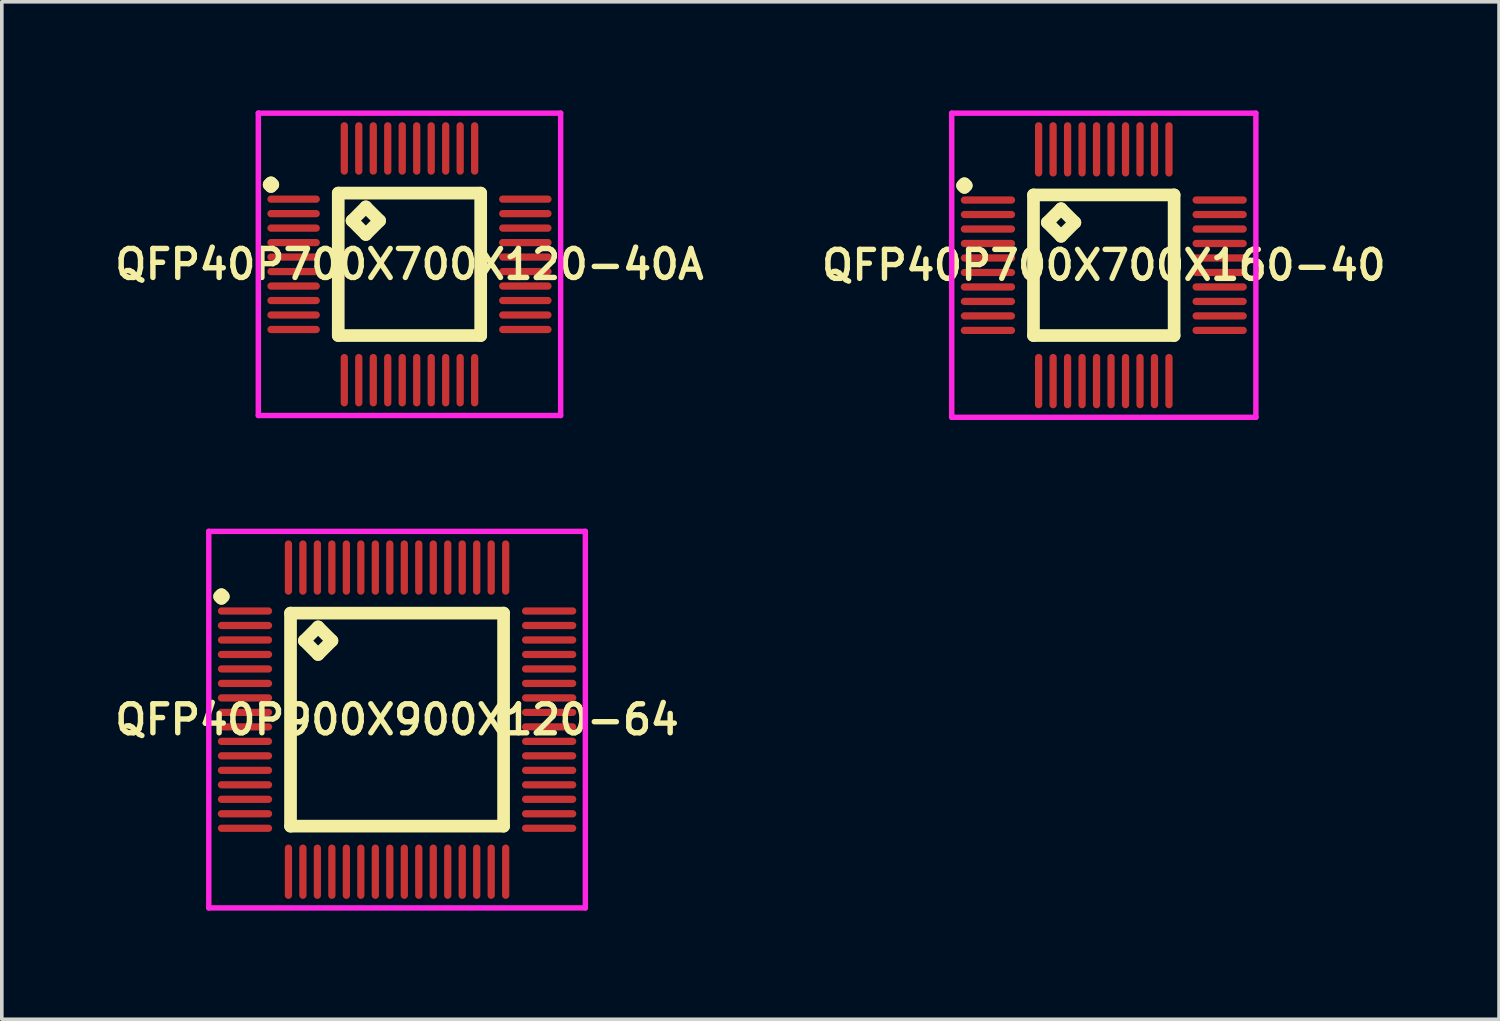
<source format=kicad_pcb>
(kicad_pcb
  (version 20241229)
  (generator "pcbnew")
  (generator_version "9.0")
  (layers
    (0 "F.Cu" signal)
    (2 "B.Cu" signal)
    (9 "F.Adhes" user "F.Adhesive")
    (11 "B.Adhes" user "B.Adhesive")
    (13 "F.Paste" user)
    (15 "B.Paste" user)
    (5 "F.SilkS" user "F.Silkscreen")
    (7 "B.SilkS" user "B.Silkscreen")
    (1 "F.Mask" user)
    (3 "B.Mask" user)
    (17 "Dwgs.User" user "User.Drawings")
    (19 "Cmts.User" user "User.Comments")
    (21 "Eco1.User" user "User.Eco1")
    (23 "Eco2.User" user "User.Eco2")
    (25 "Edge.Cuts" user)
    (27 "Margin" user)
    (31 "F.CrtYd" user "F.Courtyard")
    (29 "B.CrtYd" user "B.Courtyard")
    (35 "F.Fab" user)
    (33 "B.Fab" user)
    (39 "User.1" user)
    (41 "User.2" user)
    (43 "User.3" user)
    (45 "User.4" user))
  (footprint "QFP40P700X700X160-40"
    (layer "F.Cu")
    (at 27.435 4.275)
    (property "Reference" "QFP40P700X700X160-40" (at 0 0 0) (layer "F.SilkS") (effects (font (size 0.8 0.8) (thickness 0.15))))
    (attr smd)
    (fp_line (start -3.9 -2.2) (end -3.85 -2.25) (stroke (width 0.35) (type solid)) (layer "F.SilkS"))
    (fp_line (start -3.85 -2.25) (end -3.8 -2.2) (stroke (width 0.35) (type solid)) (layer "F.SilkS"))
    (fp_line (start -3.85 -2.15) (end -3.9 -2.2) (stroke (width 0.35) (type solid)) (layer "F.SilkS"))
    (fp_line (start -3.8 -2.2) (end -3.85 -2.15) (stroke (width 0.35) (type solid)) (layer "F.SilkS"))
    (fp_line (start -1.942 -1.942) (end -1.942 1.942) (stroke (width 0.35) (type solid)) (layer "F.SilkS"))
    (fp_line (start -1.942 1.942) (end 1.942 1.942) (stroke (width 0.35) (type solid)) (layer "F.SilkS"))
    (fp_line (start -1.561 -1.18) (end -1.18 -1.561) (stroke (width 0.35) (type solid)) (layer "F.SilkS"))
    (fp_line (start -1.18 -1.561) (end -0.799 -1.18) (stroke (width 0.35) (type solid)) (layer "F.SilkS"))
    (fp_line (start -1.18 -0.799) (end -1.561 -1.18) (stroke (width 0.35) (type solid)) (layer "F.SilkS"))
    (fp_line (start -0.799 -1.18) (end -1.18 -0.799) (stroke (width 0.35) (type solid)) (layer "F.SilkS"))
    (fp_line (start 1.942 -1.942) (end -1.942 -1.942) (stroke (width 0.35) (type solid)) (layer "F.SilkS"))
    (fp_line (start 1.942 1.942) (end 1.942 -1.942) (stroke (width 0.35) (type solid)) (layer "F.SilkS"))
    (fp_line (start -4.2 -4.2) (end 4.2 -4.2) (stroke (width 0.15) (type solid)) (layer "F.CrtYd"))
    (fp_line (start -4.2 4.2) (end -4.2 -4.2) (stroke (width 0.15) (type solid)) (layer "F.CrtYd"))
    (fp_line (start 4.2 -4.2) (end 4.2 4.2) (stroke (width 0.15) (type solid)) (layer "F.CrtYd"))
    (fp_line (start 4.2 4.2) (end -4.2 4.2) (stroke (width 0.15) (type solid)) (layer "F.CrtYd"))
    (pad "1" smd oval (at -3.2 -1.8) (size 1.5 0.2) (layers "F.Cu" "F.Mask" "F.Paste"))
    (pad "2" smd oval (at -3.2 -1.4) (size 1.5 0.2) (layers "F.Cu" "F.Mask" "F.Paste"))
    (pad "3" smd oval (at -3.2 -1) (size 1.5 0.2) (layers "F.Cu" "F.Mask" "F.Paste"))
    (pad "4" smd oval (at -3.2 -0.6) (size 1.5 0.2) (layers "F.Cu" "F.Mask" "F.Paste"))
    (pad "5" smd oval (at -3.2 -0.2) (size 1.5 0.2) (layers "F.Cu" "F.Mask" "F.Paste"))
    (pad "6" smd oval (at -3.2 0.2) (size 1.5 0.2) (layers "F.Cu" "F.Mask" "F.Paste"))
    (pad "7" smd oval (at -3.2 0.6) (size 1.5 0.2) (layers "F.Cu" "F.Mask" "F.Paste"))
    (pad "8" smd oval (at -3.2 1) (size 1.5 0.2) (layers "F.Cu" "F.Mask" "F.Paste"))
    (pad "9" smd oval (at -3.2 1.4) (size 1.5 0.2) (layers "F.Cu" "F.Mask" "F.Paste"))
    (pad "10" smd oval (at -3.2 1.8) (size 1.5 0.2) (layers "F.Cu" "F.Mask" "F.Paste"))
    (pad "11" smd oval (at -1.8 3.2) (size 0.2 1.5) (layers "F.Cu" "F.Mask" "F.Paste"))
    (pad "12" smd oval (at -1.4 3.2) (size 0.2 1.5) (layers "F.Cu" "F.Mask" "F.Paste"))
    (pad "13" smd oval (at -1 3.2) (size 0.2 1.5) (layers "F.Cu" "F.Mask" "F.Paste"))
    (pad "14" smd oval (at -0.6 3.2) (size 0.2 1.5) (layers "F.Cu" "F.Mask" "F.Paste"))
    (pad "15" smd oval (at -0.2 3.2) (size 0.2 1.5) (layers "F.Cu" "F.Mask" "F.Paste"))
    (pad "16" smd oval (at 0.2 3.2) (size 0.2 1.5) (layers "F.Cu" "F.Mask" "F.Paste"))
    (pad "17" smd oval (at 0.6 3.2) (size 0.2 1.5) (layers "F.Cu" "F.Mask" "F.Paste"))
    (pad "18" smd oval (at 1 3.2) (size 0.2 1.5) (layers "F.Cu" "F.Mask" "F.Paste"))
    (pad "19" smd oval (at 1.4 3.2) (size 0.2 1.5) (layers "F.Cu" "F.Mask" "F.Paste"))
    (pad "20" smd oval (at 1.8 3.2) (size 0.2 1.5) (layers "F.Cu" "F.Mask" "F.Paste"))
    (pad "21" smd oval (at 3.2 1.8) (size 1.5 0.2) (layers "F.Cu" "F.Mask" "F.Paste"))
    (pad "22" smd oval (at 3.2 1.4) (size 1.5 0.2) (layers "F.Cu" "F.Mask" "F.Paste"))
    (pad "23" smd oval (at 3.2 1) (size 1.5 0.2) (layers "F.Cu" "F.Mask" "F.Paste"))
    (pad "24" smd oval (at 3.2 0.6) (size 1.5 0.2) (layers "F.Cu" "F.Mask" "F.Paste"))
    (pad "25" smd oval (at 3.2 0.2) (size 1.5 0.2) (layers "F.Cu" "F.Mask" "F.Paste"))
    (pad "26" smd oval (at 3.2 -0.2) (size 1.5 0.2) (layers "F.Cu" "F.Mask" "F.Paste"))
    (pad "27" smd oval (at 3.2 -0.6) (size 1.5 0.2) (layers "F.Cu" "F.Mask" "F.Paste"))
    (pad "28" smd oval (at 3.2 -1) (size 1.5 0.2) (layers "F.Cu" "F.Mask" "F.Paste"))
    (pad "29" smd oval (at 3.2 -1.4) (size 1.5 0.2) (layers "F.Cu" "F.Mask" "F.Paste"))
    (pad "30" smd oval (at 3.2 -1.8) (size 1.5 0.2) (layers "F.Cu" "F.Mask" "F.Paste"))
    (pad "31" smd oval (at 1.8 -3.2) (size 0.2 1.5) (layers "F.Cu" "F.Mask" "F.Paste"))
    (pad "32" smd oval (at 1.4 -3.2) (size 0.2 1.5) (layers "F.Cu" "F.Mask" "F.Paste"))
    (pad "33" smd oval (at 1 -3.2) (size 0.2 1.5) (layers "F.Cu" "F.Mask" "F.Paste"))
    (pad "34" smd oval (at 0.6 -3.2) (size 0.2 1.5) (layers "F.Cu" "F.Mask" "F.Paste"))
    (pad "35" smd oval (at 0.2 -3.2) (size 0.2 1.5) (layers "F.Cu" "F.Mask" "F.Paste"))
    (pad "36" smd oval (at -0.2 -3.2) (size 0.2 1.5) (layers "F.Cu" "F.Mask" "F.Paste"))
    (pad "37" smd oval (at -0.6 -3.2) (size 0.2 1.5) (layers "F.Cu" "F.Mask" "F.Paste"))
    (pad "38" smd oval (at -1 -3.2) (size 0.2 1.5) (layers "F.Cu" "F.Mask" "F.Paste"))
    (pad "39" smd oval (at -1.4 -3.2) (size 0.2 1.5) (layers "F.Cu" "F.Mask" "F.Paste"))
    (pad "40" smd oval (at -1.8 -3.2) (size 0.2 1.5) (layers "F.Cu" "F.Mask" "F.Paste")))
  (footprint "QFP40P700X700X120-40A"
    (layer "F.Cu")
    (at 8.259 4.25)
    (property "Reference" "QFP40P700X700X120-40A" (at 0 0 0) (layer "F.SilkS") (effects (font (size 0.8 0.8) (thickness 0.15))))
    (attr smd)
    (fp_line (start -3.875 -2.2) (end -3.825 -2.25) (stroke (width 0.35) (type solid)) (layer "F.SilkS"))
    (fp_line (start -3.825 -2.25) (end -3.775 -2.2) (stroke (width 0.35) (type solid)) (layer "F.SilkS"))
    (fp_line (start -3.825 -2.15) (end -3.875 -2.2) (stroke (width 0.35) (type solid)) (layer "F.SilkS"))
    (fp_line (start -3.775 -2.2) (end -3.825 -2.15) (stroke (width 0.35) (type solid)) (layer "F.SilkS"))
    (fp_line (start -1.967 -1.967) (end -1.967 1.967) (stroke (width 0.35) (type solid)) (layer "F.SilkS"))
    (fp_line (start -1.967 1.967) (end 1.967 1.967) (stroke (width 0.35) (type solid)) (layer "F.SilkS"))
    (fp_line (start -1.586 -1.205) (end -1.205 -1.586) (stroke (width 0.35) (type solid)) (layer "F.SilkS"))
    (fp_line (start -1.205 -1.586) (end -0.824 -1.205) (stroke (width 0.35) (type solid)) (layer "F.SilkS"))
    (fp_line (start -1.205 -0.824) (end -1.586 -1.205) (stroke (width 0.35) (type solid)) (layer "F.SilkS"))
    (fp_line (start -0.824 -1.205) (end -1.205 -0.824) (stroke (width 0.35) (type solid)) (layer "F.SilkS"))
    (fp_line (start 1.967 -1.967) (end -1.967 -1.967) (stroke (width 0.35) (type solid)) (layer "F.SilkS"))
    (fp_line (start 1.967 1.967) (end 1.967 -1.967) (stroke (width 0.35) (type solid)) (layer "F.SilkS"))
    (fp_line (start -4.175 -4.175) (end 4.175 -4.175) (stroke (width 0.15) (type solid)) (layer "F.CrtYd"))
    (fp_line (start -4.175 4.175) (end -4.175 -4.175) (stroke (width 0.15) (type solid)) (layer "F.CrtYd"))
    (fp_line (start 4.175 -4.175) (end 4.175 4.175) (stroke (width 0.15) (type solid)) (layer "F.CrtYd"))
    (fp_line (start 4.175 4.175) (end -4.175 4.175) (stroke (width 0.15) (type solid)) (layer "F.CrtYd"))
    (pad "1" smd oval (at -3.2 -1.8) (size 1.45 0.2) (layers "F.Cu" "F.Mask" "F.Paste"))
    (pad "2" smd oval (at -3.2 -1.4) (size 1.45 0.2) (layers "F.Cu" "F.Mask" "F.Paste"))
    (pad "3" smd oval (at -3.2 -1) (size 1.45 0.2) (layers "F.Cu" "F.Mask" "F.Paste"))
    (pad "4" smd oval (at -3.2 -0.6) (size 1.45 0.2) (layers "F.Cu" "F.Mask" "F.Paste"))
    (pad "5" smd oval (at -3.2 -0.2) (size 1.45 0.2) (layers "F.Cu" "F.Mask" "F.Paste"))
    (pad "6" smd oval (at -3.2 0.2) (size 1.45 0.2) (layers "F.Cu" "F.Mask" "F.Paste"))
    (pad "7" smd oval (at -3.2 0.6) (size 1.45 0.2) (layers "F.Cu" "F.Mask" "F.Paste"))
    (pad "8" smd oval (at -3.2 1) (size 1.45 0.2) (layers "F.Cu" "F.Mask" "F.Paste"))
    (pad "9" smd oval (at -3.2 1.4) (size 1.45 0.2) (layers "F.Cu" "F.Mask" "F.Paste"))
    (pad "10" smd oval (at -3.2 1.8) (size 1.45 0.2) (layers "F.Cu" "F.Mask" "F.Paste"))
    (pad "11" smd oval (at -1.8 3.2) (size 0.2 1.45) (layers "F.Cu" "F.Mask" "F.Paste"))
    (pad "12" smd oval (at -1.4 3.2) (size 0.2 1.45) (layers "F.Cu" "F.Mask" "F.Paste"))
    (pad "13" smd oval (at -1 3.2) (size 0.2 1.45) (layers "F.Cu" "F.Mask" "F.Paste"))
    (pad "14" smd oval (at -0.6 3.2) (size 0.2 1.45) (layers "F.Cu" "F.Mask" "F.Paste"))
    (pad "15" smd oval (at -0.2 3.2) (size 0.2 1.45) (layers "F.Cu" "F.Mask" "F.Paste"))
    (pad "16" smd oval (at 0.2 3.2) (size 0.2 1.45) (layers "F.Cu" "F.Mask" "F.Paste"))
    (pad "17" smd oval (at 0.6 3.2) (size 0.2 1.45) (layers "F.Cu" "F.Mask" "F.Paste"))
    (pad "18" smd oval (at 1 3.2) (size 0.2 1.45) (layers "F.Cu" "F.Mask" "F.Paste"))
    (pad "19" smd oval (at 1.4 3.2) (size 0.2 1.45) (layers "F.Cu" "F.Mask" "F.Paste"))
    (pad "20" smd oval (at 1.8 3.2) (size 0.2 1.45) (layers "F.Cu" "F.Mask" "F.Paste"))
    (pad "21" smd oval (at 3.2 1.8) (size 1.45 0.2) (layers "F.Cu" "F.Mask" "F.Paste"))
    (pad "22" smd oval (at 3.2 1.4) (size 1.45 0.2) (layers "F.Cu" "F.Mask" "F.Paste"))
    (pad "23" smd oval (at 3.2 1) (size 1.45 0.2) (layers "F.Cu" "F.Mask" "F.Paste"))
    (pad "24" smd oval (at 3.2 0.6) (size 1.45 0.2) (layers "F.Cu" "F.Mask" "F.Paste"))
    (pad "25" smd oval (at 3.2 0.2) (size 1.45 0.2) (layers "F.Cu" "F.Mask" "F.Paste"))
    (pad "26" smd oval (at 3.2 -0.2) (size 1.45 0.2) (layers "F.Cu" "F.Mask" "F.Paste"))
    (pad "27" smd oval (at 3.2 -0.6) (size 1.45 0.2) (layers "F.Cu" "F.Mask" "F.Paste"))
    (pad "28" smd oval (at 3.2 -1) (size 1.45 0.2) (layers "F.Cu" "F.Mask" "F.Paste"))
    (pad "29" smd oval (at 3.2 -1.4) (size 1.45 0.2) (layers "F.Cu" "F.Mask" "F.Paste"))
    (pad "30" smd oval (at 3.2 -1.8) (size 1.45 0.2) (layers "F.Cu" "F.Mask" "F.Paste"))
    (pad "31" smd oval (at 1.8 -3.2) (size 0.2 1.45) (layers "F.Cu" "F.Mask" "F.Paste"))
    (pad "32" smd oval (at 1.4 -3.2) (size 0.2 1.45) (layers "F.Cu" "F.Mask" "F.Paste"))
    (pad "33" smd oval (at 1 -3.2) (size 0.2 1.45) (layers "F.Cu" "F.Mask" "F.Paste"))
    (pad "34" smd oval (at 0.6 -3.2) (size 0.2 1.45) (layers "F.Cu" "F.Mask" "F.Paste"))
    (pad "35" smd oval (at 0.2 -3.2) (size 0.2 1.45) (layers "F.Cu" "F.Mask" "F.Paste"))
    (pad "36" smd oval (at -0.2 -3.2) (size 0.2 1.45) (layers "F.Cu" "F.Mask" "F.Paste"))
    (pad "37" smd oval (at -0.6 -3.2) (size 0.2 1.45) (layers "F.Cu" "F.Mask" "F.Paste"))
    (pad "38" smd oval (at -1 -3.2) (size 0.2 1.45) (layers "F.Cu" "F.Mask" "F.Paste"))
    (pad "39" smd oval (at -1.4 -3.2) (size 0.2 1.45) (layers "F.Cu" "F.Mask" "F.Paste"))
    (pad "40" smd oval (at -1.8 -3.2) (size 0.2 1.45) (layers "F.Cu" "F.Mask" "F.Paste")))
  (footprint "QFP40P900X900X120-64"
    (layer "F.Cu")
    (at 7.916 16.825)
    (property "Reference" "QFP40P900X900X120-64" (at 0 0 0) (layer "F.SilkS") (effects (font (size 0.8 0.8) (thickness 0.15))))
    (attr smd)
    (fp_line (start -4.9 -3.4) (end -4.85 -3.45) (stroke (width 0.35) (type solid)) (layer "F.SilkS"))
    (fp_line (start -4.85 -3.45) (end -4.8 -3.4) (stroke (width 0.35) (type solid)) (layer "F.SilkS"))
    (fp_line (start -4.85 -3.35) (end -4.9 -3.4) (stroke (width 0.35) (type solid)) (layer "F.SilkS"))
    (fp_line (start -4.8 -3.4) (end -4.85 -3.35) (stroke (width 0.35) (type solid)) (layer "F.SilkS"))
    (fp_line (start -2.942 -2.942) (end -2.942 2.942) (stroke (width 0.35) (type solid)) (layer "F.SilkS"))
    (fp_line (start -2.942 2.942) (end 2.942 2.942) (stroke (width 0.35) (type solid)) (layer "F.SilkS"))
    (fp_line (start -2.561 -2.18) (end -2.18 -2.561) (stroke (width 0.35) (type solid)) (layer "F.SilkS"))
    (fp_line (start -2.18 -2.561) (end -1.799 -2.18) (stroke (width 0.35) (type solid)) (layer "F.SilkS"))
    (fp_line (start -2.18 -1.799) (end -2.561 -2.18) (stroke (width 0.35) (type solid)) (layer "F.SilkS"))
    (fp_line (start -1.799 -2.18) (end -2.18 -1.799) (stroke (width 0.35) (type solid)) (layer "F.SilkS"))
    (fp_line (start 2.942 -2.942) (end -2.942 -2.942) (stroke (width 0.35) (type solid)) (layer "F.SilkS"))
    (fp_line (start 2.942 2.942) (end 2.942 -2.942) (stroke (width 0.35) (type solid)) (layer "F.SilkS"))
    (fp_line (start -5.2 -5.2) (end 5.2 -5.2) (stroke (width 0.15) (type solid)) (layer "F.CrtYd"))
    (fp_line (start -5.2 5.2) (end -5.2 -5.2) (stroke (width 0.15) (type solid)) (layer "F.CrtYd"))
    (fp_line (start 5.2 -5.2) (end 5.2 5.2) (stroke (width 0.15) (type solid)) (layer "F.CrtYd"))
    (fp_line (start 5.2 5.2) (end -5.2 5.2) (stroke (width 0.15) (type solid)) (layer "F.CrtYd"))
    (pad "1" smd oval (at -4.2 -3) (size 1.5 0.2) (layers "F.Cu" "F.Mask" "F.Paste"))
    (pad "2" smd oval (at -4.2 -2.6) (size 1.5 0.2) (layers "F.Cu" "F.Mask" "F.Paste"))
    (pad "3" smd oval (at -4.2 -2.2) (size 1.5 0.2) (layers "F.Cu" "F.Mask" "F.Paste"))
    (pad "4" smd oval (at -4.2 -1.8) (size 1.5 0.2) (layers "F.Cu" "F.Mask" "F.Paste"))
    (pad "5" smd oval (at -4.2 -1.4) (size 1.5 0.2) (layers "F.Cu" "F.Mask" "F.Paste"))
    (pad "6" smd oval (at -4.2 -1) (size 1.5 0.2) (layers "F.Cu" "F.Mask" "F.Paste"))
    (pad "7" smd oval (at -4.2 -0.6) (size 1.5 0.2) (layers "F.Cu" "F.Mask" "F.Paste"))
    (pad "8" smd oval (at -4.2 -0.2) (size 1.5 0.2) (layers "F.Cu" "F.Mask" "F.Paste"))
    (pad "9" smd oval (at -4.2 0.2) (size 1.5 0.2) (layers "F.Cu" "F.Mask" "F.Paste"))
    (pad "10" smd oval (at -4.2 0.6) (size 1.5 0.2) (layers "F.Cu" "F.Mask" "F.Paste"))
    (pad "11" smd oval (at -4.2 1) (size 1.5 0.2) (layers "F.Cu" "F.Mask" "F.Paste"))
    (pad "12" smd oval (at -4.2 1.4) (size 1.5 0.2) (layers "F.Cu" "F.Mask" "F.Paste"))
    (pad "13" smd oval (at -4.2 1.8) (size 1.5 0.2) (layers "F.Cu" "F.Mask" "F.Paste"))
    (pad "14" smd oval (at -4.2 2.2) (size 1.5 0.2) (layers "F.Cu" "F.Mask" "F.Paste"))
    (pad "15" smd oval (at -4.2 2.6) (size 1.5 0.2) (layers "F.Cu" "F.Mask" "F.Paste"))
    (pad "16" smd oval (at -4.2 3) (size 1.5 0.2) (layers "F.Cu" "F.Mask" "F.Paste"))
    (pad "17" smd oval (at -3 4.2) (size 0.2 1.5) (layers "F.Cu" "F.Mask" "F.Paste"))
    (pad "18" smd oval (at -2.6 4.2) (size 0.2 1.5) (layers "F.Cu" "F.Mask" "F.Paste"))
    (pad "19" smd oval (at -2.2 4.2) (size 0.2 1.5) (layers "F.Cu" "F.Mask" "F.Paste"))
    (pad "20" smd oval (at -1.8 4.2) (size 0.2 1.5) (layers "F.Cu" "F.Mask" "F.Paste"))
    (pad "21" smd oval (at -1.4 4.2) (size 0.2 1.5) (layers "F.Cu" "F.Mask" "F.Paste"))
    (pad "22" smd oval (at -1 4.2) (size 0.2 1.5) (layers "F.Cu" "F.Mask" "F.Paste"))
    (pad "23" smd oval (at -0.6 4.2) (size 0.2 1.5) (layers "F.Cu" "F.Mask" "F.Paste"))
    (pad "24" smd oval (at -0.2 4.2) (size 0.2 1.5) (layers "F.Cu" "F.Mask" "F.Paste"))
    (pad "25" smd oval (at 0.2 4.2) (size 0.2 1.5) (layers "F.Cu" "F.Mask" "F.Paste"))
    (pad "26" smd oval (at 0.6 4.2) (size 0.2 1.5) (layers "F.Cu" "F.Mask" "F.Paste"))
    (pad "27" smd oval (at 1 4.2) (size 0.2 1.5) (layers "F.Cu" "F.Mask" "F.Paste"))
    (pad "28" smd oval (at 1.4 4.2) (size 0.2 1.5) (layers "F.Cu" "F.Mask" "F.Paste"))
    (pad "29" smd oval (at 1.8 4.2) (size 0.2 1.5) (layers "F.Cu" "F.Mask" "F.Paste"))
    (pad "30" smd oval (at 2.2 4.2) (size 0.2 1.5) (layers "F.Cu" "F.Mask" "F.Paste"))
    (pad "31" smd oval (at 2.6 4.2) (size 0.2 1.5) (layers "F.Cu" "F.Mask" "F.Paste"))
    (pad "32" smd oval (at 3 4.2) (size 0.2 1.5) (layers "F.Cu" "F.Mask" "F.Paste"))
    (pad "33" smd oval (at 4.2 3) (size 1.5 0.2) (layers "F.Cu" "F.Mask" "F.Paste"))
    (pad "34" smd oval (at 4.2 2.6) (size 1.5 0.2) (layers "F.Cu" "F.Mask" "F.Paste"))
    (pad "35" smd oval (at 4.2 2.2) (size 1.5 0.2) (layers "F.Cu" "F.Mask" "F.Paste"))
    (pad "36" smd oval (at 4.2 1.8) (size 1.5 0.2) (layers "F.Cu" "F.Mask" "F.Paste"))
    (pad "37" smd oval (at 4.2 1.4) (size 1.5 0.2) (layers "F.Cu" "F.Mask" "F.Paste"))
    (pad "38" smd oval (at 4.2 1) (size 1.5 0.2) (layers "F.Cu" "F.Mask" "F.Paste"))
    (pad "39" smd oval (at 4.2 0.6) (size 1.5 0.2) (layers "F.Cu" "F.Mask" "F.Paste"))
    (pad "40" smd oval (at 4.2 0.2) (size 1.5 0.2) (layers "F.Cu" "F.Mask" "F.Paste"))
    (pad "41" smd oval (at 4.2 -0.2) (size 1.5 0.2) (layers "F.Cu" "F.Mask" "F.Paste"))
    (pad "42" smd oval (at 4.2 -0.6) (size 1.5 0.2) (layers "F.Cu" "F.Mask" "F.Paste"))
    (pad "43" smd oval (at 4.2 -1) (size 1.5 0.2) (layers "F.Cu" "F.Mask" "F.Paste"))
    (pad "44" smd oval (at 4.2 -1.4) (size 1.5 0.2) (layers "F.Cu" "F.Mask" "F.Paste"))
    (pad "45" smd oval (at 4.2 -1.8) (size 1.5 0.2) (layers "F.Cu" "F.Mask" "F.Paste"))
    (pad "46" smd oval (at 4.2 -2.2) (size 1.5 0.2) (layers "F.Cu" "F.Mask" "F.Paste"))
    (pad "47" smd oval (at 4.2 -2.6) (size 1.5 0.2) (layers "F.Cu" "F.Mask" "F.Paste"))
    (pad "48" smd oval (at 4.2 -3) (size 1.5 0.2) (layers "F.Cu" "F.Mask" "F.Paste"))
    (pad "49" smd oval (at 3 -4.2) (size 0.2 1.5) (layers "F.Cu" "F.Mask" "F.Paste"))
    (pad "50" smd oval (at 2.6 -4.2) (size 0.2 1.5) (layers "F.Cu" "F.Mask" "F.Paste"))
    (pad "51" smd oval (at 2.2 -4.2) (size 0.2 1.5) (layers "F.Cu" "F.Mask" "F.Paste"))
    (pad "52" smd oval (at 1.8 -4.2) (size 0.2 1.5) (layers "F.Cu" "F.Mask" "F.Paste"))
    (pad "53" smd oval (at 1.4 -4.2) (size 0.2 1.5) (layers "F.Cu" "F.Mask" "F.Paste"))
    (pad "54" smd oval (at 1 -4.2) (size 0.2 1.5) (layers "F.Cu" "F.Mask" "F.Paste"))
    (pad "55" smd oval (at 0.6 -4.2) (size 0.2 1.5) (layers "F.Cu" "F.Mask" "F.Paste"))
    (pad "56" smd oval (at 0.2 -4.2) (size 0.2 1.5) (layers "F.Cu" "F.Mask" "F.Paste"))
    (pad "57" smd oval (at -0.2 -4.2) (size 0.2 1.5) (layers "F.Cu" "F.Mask" "F.Paste"))
    (pad "58" smd oval (at -0.6 -4.2) (size 0.2 1.5) (layers "F.Cu" "F.Mask" "F.Paste"))
    (pad "59" smd oval (at -1 -4.2) (size 0.2 1.5) (layers "F.Cu" "F.Mask" "F.Paste"))
    (pad "60" smd oval (at -1.4 -4.2) (size 0.2 1.5) (layers "F.Cu" "F.Mask" "F.Paste"))
    (pad "61" smd oval (at -1.8 -4.2) (size 0.2 1.5) (layers "F.Cu" "F.Mask" "F.Paste"))
    (pad "62" smd oval (at -2.2 -4.2) (size 0.2 1.5) (layers "F.Cu" "F.Mask" "F.Paste"))
    (pad "63" smd oval (at -2.6 -4.2) (size 0.2 1.5) (layers "F.Cu" "F.Mask" "F.Paste"))
    (pad "64" smd oval (at -3 -4.2) (size 0.2 1.5) (layers "F.Cu" "F.Mask" "F.Paste")))
  (gr_rect
    (start -3 -3)
    (end 38.351 25.1)
    (stroke (width 0.1) (type default))
    (fill no)
    (layer "Edge.Cuts")))
</source>
